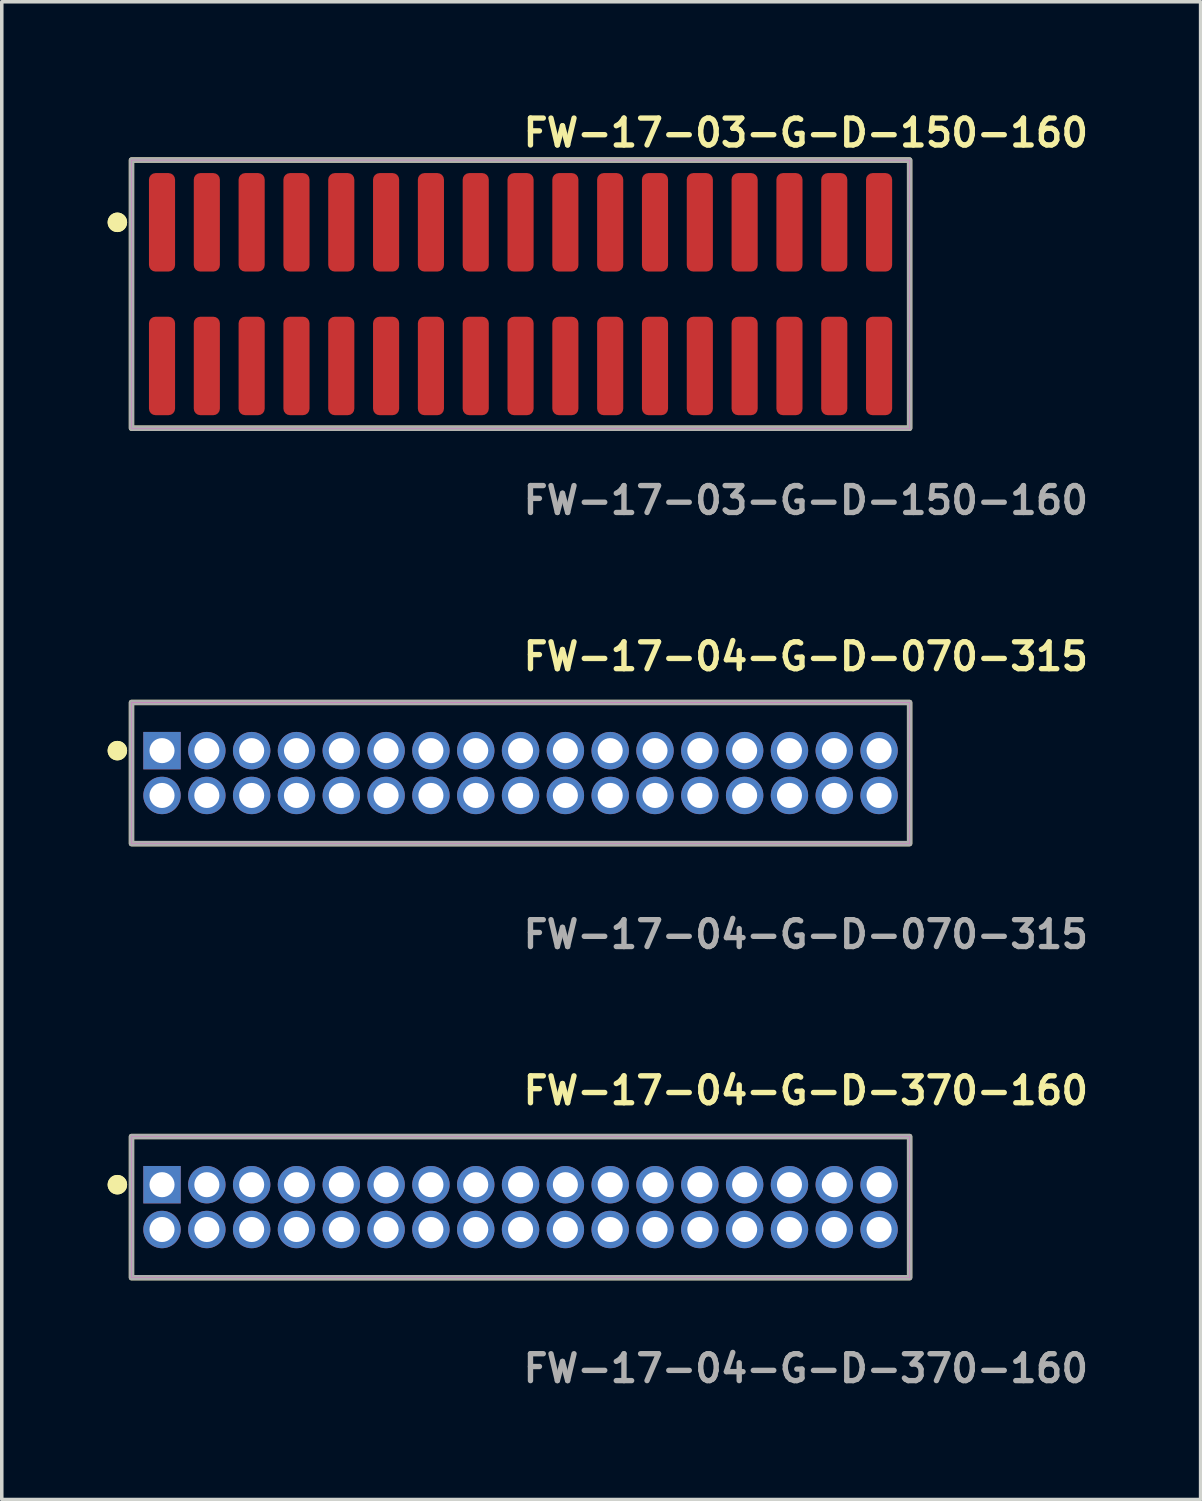
<source format=kicad_pcb>
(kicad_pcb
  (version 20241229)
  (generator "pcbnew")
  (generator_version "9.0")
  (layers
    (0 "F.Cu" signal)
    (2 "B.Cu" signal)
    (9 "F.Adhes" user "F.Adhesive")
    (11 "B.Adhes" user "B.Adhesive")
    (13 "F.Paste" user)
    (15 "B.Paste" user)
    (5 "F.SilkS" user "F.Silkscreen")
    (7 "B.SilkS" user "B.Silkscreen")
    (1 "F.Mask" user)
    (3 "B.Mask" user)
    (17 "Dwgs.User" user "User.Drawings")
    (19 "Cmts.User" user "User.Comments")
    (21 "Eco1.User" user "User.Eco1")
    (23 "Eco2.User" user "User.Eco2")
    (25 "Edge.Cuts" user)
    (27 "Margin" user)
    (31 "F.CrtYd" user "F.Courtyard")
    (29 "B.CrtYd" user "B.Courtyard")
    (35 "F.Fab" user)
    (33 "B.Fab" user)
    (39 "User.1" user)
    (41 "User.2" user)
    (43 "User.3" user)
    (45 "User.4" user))
  (footprint "FW-17-03-G-D-150-160"
    (layer "F.Cu")
    (at 11.701 5.285)
    (property "Reference" "FW-17-03-G-D-150-160" (at 0 -4.572 0) (unlocked yes) (layer "F.SilkS") (effects (font (size 0.762 0.762) (thickness 0.152)) (justify left)))
    (fp_rect (start -11.025 3.8) (end 11.025 -3.8) (stroke (width 0.152) (type solid)) (fill no) (layer "F.SilkS"))
    (fp_circle (center -11.425 -2.035) (end -11.625 -2.035) (stroke (width 0.152) (type solid)) (fill yes) (layer "F.SilkS"))
    (fp_circle (center -11.425 -2.035) (end -11.625 -2.035) (stroke (width 0.152) (type solid)) (fill yes) (layer "F.SilkS"))
    (fp_rect (start -11.025 3.8) (end 11.025 -3.8) (stroke (width 0.006) (type solid)) (fill no) (layer "F.CrtYd"))
    (fp_rect (start -11.025 3.8) (end 11.025 -3.8) (stroke (width 0.152) (type solid)) (fill no) (layer "F.Fab"))
    (fp_text user "${REFERENCE}" (at 0 5.842 0) (unlocked yes) (layer "F.Fab") (effects (font (size 0.762 0.762) (thickness 0.152)) (justify left)))
    (pad "1" smd roundrect (at -10.16 -2.035) (size 0.74 2.79) (layers "F.Cu" "F.Paste") (roundrect_rratio 0.25))
    (pad "2" smd roundrect (at -10.16 2.035) (size 0.74 2.79) (layers "F.Cu" "F.Paste") (roundrect_rratio 0.25))
    (pad "3" smd roundrect (at -8.89 -2.035) (size 0.74 2.79) (layers "F.Cu" "F.Paste") (roundrect_rratio 0.25))
    (pad "4" smd roundrect (at -8.89 2.035) (size 0.74 2.79) (layers "F.Cu" "F.Paste") (roundrect_rratio 0.25))
    (pad "5" smd roundrect (at -7.62 -2.035) (size 0.74 2.79) (layers "F.Cu" "F.Paste") (roundrect_rratio 0.25))
    (pad "6" smd roundrect (at -7.62 2.035) (size 0.74 2.79) (layers "F.Cu" "F.Paste") (roundrect_rratio 0.25))
    (pad "7" smd roundrect (at -6.35 -2.035) (size 0.74 2.79) (layers "F.Cu" "F.Paste") (roundrect_rratio 0.25))
    (pad "8" smd roundrect (at -6.35 2.035) (size 0.74 2.79) (layers "F.Cu" "F.Paste") (roundrect_rratio 0.25))
    (pad "9" smd roundrect (at -5.08 -2.035) (size 0.74 2.79) (layers "F.Cu" "F.Paste") (roundrect_rratio 0.25))
    (pad "10" smd roundrect (at -5.08 2.035) (size 0.74 2.79) (layers "F.Cu" "F.Paste") (roundrect_rratio 0.25))
    (pad "11" smd roundrect (at -3.81 -2.035) (size 0.74 2.79) (layers "F.Cu" "F.Paste") (roundrect_rratio 0.25))
    (pad "12" smd roundrect (at -3.81 2.035) (size 0.74 2.79) (layers "F.Cu" "F.Paste") (roundrect_rratio 0.25))
    (pad "13" smd roundrect (at -2.54 -2.035) (size 0.74 2.79) (layers "F.Cu" "F.Paste") (roundrect_rratio 0.25))
    (pad "14" smd roundrect (at -2.54 2.035) (size 0.74 2.79) (layers "F.Cu" "F.Paste") (roundrect_rratio 0.25))
    (pad "15" smd roundrect (at -1.27 -2.035) (size 0.74 2.79) (layers "F.Cu" "F.Paste") (roundrect_rratio 0.25))
    (pad "16" smd roundrect (at -1.27 2.035) (size 0.74 2.79) (layers "F.Cu" "F.Paste") (roundrect_rratio 0.25))
    (pad "17" smd roundrect (at 0 -2.035) (size 0.74 2.79) (layers "F.Cu" "F.Paste") (roundrect_rratio 0.25))
    (pad "18" smd roundrect (at 0 2.035) (size 0.74 2.79) (layers "F.Cu" "F.Paste") (roundrect_rratio 0.25))
    (pad "19" smd roundrect (at 1.27 -2.035) (size 0.74 2.79) (layers "F.Cu" "F.Paste") (roundrect_rratio 0.25))
    (pad "20" smd roundrect (at 1.27 2.035) (size 0.74 2.79) (layers "F.Cu" "F.Paste") (roundrect_rratio 0.25))
    (pad "21" smd roundrect (at 2.54 -2.035) (size 0.74 2.79) (layers "F.Cu" "F.Paste") (roundrect_rratio 0.25))
    (pad "22" smd roundrect (at 2.54 2.035) (size 0.74 2.79) (layers "F.Cu" "F.Paste") (roundrect_rratio 0.25))
    (pad "23" smd roundrect (at 3.81 -2.035) (size 0.74 2.79) (layers "F.Cu" "F.Paste") (roundrect_rratio 0.25))
    (pad "24" smd roundrect (at 3.81 2.035) (size 0.74 2.79) (layers "F.Cu" "F.Paste") (roundrect_rratio 0.25))
    (pad "25" smd roundrect (at 5.08 -2.035) (size 0.74 2.79) (layers "F.Cu" "F.Paste") (roundrect_rratio 0.25))
    (pad "26" smd roundrect (at 5.08 2.035) (size 0.74 2.79) (layers "F.Cu" "F.Paste") (roundrect_rratio 0.25))
    (pad "27" smd roundrect (at 6.35 -2.035) (size 0.74 2.79) (layers "F.Cu" "F.Paste") (roundrect_rratio 0.25))
    (pad "28" smd roundrect (at 6.35 2.035) (size 0.74 2.79) (layers "F.Cu" "F.Paste") (roundrect_rratio 0.25))
    (pad "29" smd roundrect (at 7.62 -2.035) (size 0.74 2.79) (layers "F.Cu" "F.Paste") (roundrect_rratio 0.25))
    (pad "30" smd roundrect (at 7.62 2.035) (size 0.74 2.79) (layers "F.Cu" "F.Paste") (roundrect_rratio 0.25))
    (pad "31" smd roundrect (at 8.89 -2.035) (size 0.74 2.79) (layers "F.Cu" "F.Paste") (roundrect_rratio 0.25))
    (pad "32" smd roundrect (at 8.89 2.035) (size 0.74 2.79) (layers "F.Cu" "F.Paste") (roundrect_rratio 0.25))
    (pad "33" smd roundrect (at 10.16 -2.035) (size 0.74 2.79) (layers "F.Cu" "F.Paste") (roundrect_rratio 0.25))
    (pad "34" smd roundrect (at 10.16 2.035) (size 0.74 2.79) (layers "F.Cu" "F.Paste") (roundrect_rratio 0.25)))
  (footprint "FW-17-04-G-D-070-315"
    (layer "F.Cu")
    (at 11.701 18.856)
    (property "Reference" "FW-17-04-G-D-070-315" (at 0 -3.302 0) (unlocked yes) (layer "F.SilkS") (effects (font (size 0.762 0.762) (thickness 0.152)) (justify left)))
    (fp_rect (start -11.025 2) (end 11.025 -2) (stroke (width 0.152) (type solid)) (fill no) (layer "F.SilkS"))
    (fp_circle (center -11.425 -0.635) (end -11.625 -0.635) (stroke (width 0.152) (type solid)) (fill yes) (layer "F.SilkS"))
    (fp_circle (center -11.425 -0.635) (end -11.625 -0.635) (stroke (width 0.152) (type solid)) (fill yes) (layer "F.SilkS"))
    (fp_rect (start -11.025 2) (end 11.025 -2) (stroke (width 0.006) (type solid)) (fill no) (layer "F.CrtYd"))
    (fp_rect (start -11.025 2) (end 11.025 -2) (stroke (width 0.152) (type solid)) (fill no) (layer "F.Fab"))
    (fp_text user "${REFERENCE}" (at 0 4.572 0) (unlocked yes) (layer "F.Fab") (effects (font (size 0.762 0.762) (thickness 0.152)) (justify left)))
    (pad "1" thru_hole rect (at -10.16 -0.635) (size 1.06 1.06) (drill 0.71) (layers "*.Cu" "*.Mask"))
    (pad "2" thru_hole circle (at -10.16 0.635) (size 1.06 1.06) (drill 0.71) (layers "*.Cu" "*.Mask"))
    (pad "3" thru_hole circle (at -8.89 -0.635) (size 1.06 1.06) (drill 0.71) (layers "*.Cu" "*.Mask"))
    (pad "4" thru_hole circle (at -8.89 0.635) (size 1.06 1.06) (drill 0.71) (layers "*.Cu" "*.Mask"))
    (pad "5" thru_hole circle (at -7.62 -0.635) (size 1.06 1.06) (drill 0.71) (layers "*.Cu" "*.Mask"))
    (pad "6" thru_hole circle (at -7.62 0.635) (size 1.06 1.06) (drill 0.71) (layers "*.Cu" "*.Mask"))
    (pad "7" thru_hole circle (at -6.35 -0.635) (size 1.06 1.06) (drill 0.71) (layers "*.Cu" "*.Mask"))
    (pad "8" thru_hole circle (at -6.35 0.635) (size 1.06 1.06) (drill 0.71) (layers "*.Cu" "*.Mask"))
    (pad "9" thru_hole circle (at -5.08 -0.635) (size 1.06 1.06) (drill 0.71) (layers "*.Cu" "*.Mask"))
    (pad "10" thru_hole circle (at -5.08 0.635) (size 1.06 1.06) (drill 0.71) (layers "*.Cu" "*.Mask"))
    (pad "11" thru_hole circle (at -3.81 -0.635) (size 1.06 1.06) (drill 0.71) (layers "*.Cu" "*.Mask"))
    (pad "12" thru_hole circle (at -3.81 0.635) (size 1.06 1.06) (drill 0.71) (layers "*.Cu" "*.Mask"))
    (pad "13" thru_hole circle (at -2.54 -0.635) (size 1.06 1.06) (drill 0.71) (layers "*.Cu" "*.Mask"))
    (pad "14" thru_hole circle (at -2.54 0.635) (size 1.06 1.06) (drill 0.71) (layers "*.Cu" "*.Mask"))
    (pad "15" thru_hole circle (at -1.27 -0.635) (size 1.06 1.06) (drill 0.71) (layers "*.Cu" "*.Mask"))
    (pad "16" thru_hole circle (at -1.27 0.635) (size 1.06 1.06) (drill 0.71) (layers "*.Cu" "*.Mask"))
    (pad "17" thru_hole circle (at 0 -0.635) (size 1.06 1.06) (drill 0.71) (layers "*.Cu" "*.Mask"))
    (pad "18" thru_hole circle (at 0 0.635) (size 1.06 1.06) (drill 0.71) (layers "*.Cu" "*.Mask"))
    (pad "19" thru_hole circle (at 1.27 -0.635) (size 1.06 1.06) (drill 0.71) (layers "*.Cu" "*.Mask"))
    (pad "20" thru_hole circle (at 1.27 0.635) (size 1.06 1.06) (drill 0.71) (layers "*.Cu" "*.Mask"))
    (pad "21" thru_hole circle (at 2.54 -0.635) (size 1.06 1.06) (drill 0.71) (layers "*.Cu" "*.Mask"))
    (pad "22" thru_hole circle (at 2.54 0.635) (size 1.06 1.06) (drill 0.71) (layers "*.Cu" "*.Mask"))
    (pad "23" thru_hole circle (at 3.81 -0.635) (size 1.06 1.06) (drill 0.71) (layers "*.Cu" "*.Mask"))
    (pad "24" thru_hole circle (at 3.81 0.635) (size 1.06 1.06) (drill 0.71) (layers "*.Cu" "*.Mask"))
    (pad "25" thru_hole circle (at 5.08 -0.635) (size 1.06 1.06) (drill 0.71) (layers "*.Cu" "*.Mask"))
    (pad "26" thru_hole circle (at 5.08 0.635) (size 1.06 1.06) (drill 0.71) (layers "*.Cu" "*.Mask"))
    (pad "27" thru_hole circle (at 6.35 -0.635) (size 1.06 1.06) (drill 0.71) (layers "*.Cu" "*.Mask"))
    (pad "28" thru_hole circle (at 6.35 0.635) (size 1.06 1.06) (drill 0.71) (layers "*.Cu" "*.Mask"))
    (pad "29" thru_hole circle (at 7.62 -0.635) (size 1.06 1.06) (drill 0.71) (layers "*.Cu" "*.Mask"))
    (pad "30" thru_hole circle (at 7.62 0.635) (size 1.06 1.06) (drill 0.71) (layers "*.Cu" "*.Mask"))
    (pad "31" thru_hole circle (at 8.89 -0.635) (size 1.06 1.06) (drill 0.71) (layers "*.Cu" "*.Mask"))
    (pad "32" thru_hole circle (at 8.89 0.635) (size 1.06 1.06) (drill 0.71) (layers "*.Cu" "*.Mask"))
    (pad "33" thru_hole circle (at 10.16 -0.635) (size 1.06 1.06) (drill 0.71) (layers "*.Cu" "*.Mask"))
    (pad "34" thru_hole circle (at 10.16 0.635) (size 1.06 1.06) (drill 0.71) (layers "*.Cu" "*.Mask")))
  (footprint "FW-17-04-G-D-370-160"
    (layer "F.Cu")
    (at 11.701 31.156)
    (property "Reference" "FW-17-04-G-D-370-160" (at 0 -3.302 0) (unlocked yes) (layer "F.SilkS") (effects (font (size 0.762 0.762) (thickness 0.152)) (justify left)))
    (fp_rect (start -11.025 2) (end 11.025 -2) (stroke (width 0.152) (type solid)) (fill no) (layer "F.SilkS"))
    (fp_circle (center -11.425 -0.635) (end -11.625 -0.635) (stroke (width 0.152) (type solid)) (fill yes) (layer "F.SilkS"))
    (fp_circle (center -11.425 -0.635) (end -11.625 -0.635) (stroke (width 0.152) (type solid)) (fill yes) (layer "F.SilkS"))
    (fp_rect (start -11.025 2) (end 11.025 -2) (stroke (width 0.006) (type solid)) (fill no) (layer "F.CrtYd"))
    (fp_rect (start -11.025 2) (end 11.025 -2) (stroke (width 0.152) (type solid)) (fill no) (layer "F.Fab"))
    (fp_text user "${REFERENCE}" (at 0 4.572 0) (unlocked yes) (layer "F.Fab") (effects (font (size 0.762 0.762) (thickness 0.152)) (justify left)))
    (pad "1" thru_hole rect (at -10.16 -0.635) (size 1.06 1.06) (drill 0.71) (layers "*.Cu" "*.Mask"))
    (pad "2" thru_hole circle (at -10.16 0.635) (size 1.06 1.06) (drill 0.71) (layers "*.Cu" "*.Mask"))
    (pad "3" thru_hole circle (at -8.89 -0.635) (size 1.06 1.06) (drill 0.71) (layers "*.Cu" "*.Mask"))
    (pad "4" thru_hole circle (at -8.89 0.635) (size 1.06 1.06) (drill 0.71) (layers "*.Cu" "*.Mask"))
    (pad "5" thru_hole circle (at -7.62 -0.635) (size 1.06 1.06) (drill 0.71) (layers "*.Cu" "*.Mask"))
    (pad "6" thru_hole circle (at -7.62 0.635) (size 1.06 1.06) (drill 0.71) (layers "*.Cu" "*.Mask"))
    (pad "7" thru_hole circle (at -6.35 -0.635) (size 1.06 1.06) (drill 0.71) (layers "*.Cu" "*.Mask"))
    (pad "8" thru_hole circle (at -6.35 0.635) (size 1.06 1.06) (drill 0.71) (layers "*.Cu" "*.Mask"))
    (pad "9" thru_hole circle (at -5.08 -0.635) (size 1.06 1.06) (drill 0.71) (layers "*.Cu" "*.Mask"))
    (pad "10" thru_hole circle (at -5.08 0.635) (size 1.06 1.06) (drill 0.71) (layers "*.Cu" "*.Mask"))
    (pad "11" thru_hole circle (at -3.81 -0.635) (size 1.06 1.06) (drill 0.71) (layers "*.Cu" "*.Mask"))
    (pad "12" thru_hole circle (at -3.81 0.635) (size 1.06 1.06) (drill 0.71) (layers "*.Cu" "*.Mask"))
    (pad "13" thru_hole circle (at -2.54 -0.635) (size 1.06 1.06) (drill 0.71) (layers "*.Cu" "*.Mask"))
    (pad "14" thru_hole circle (at -2.54 0.635) (size 1.06 1.06) (drill 0.71) (layers "*.Cu" "*.Mask"))
    (pad "15" thru_hole circle (at -1.27 -0.635) (size 1.06 1.06) (drill 0.71) (layers "*.Cu" "*.Mask"))
    (pad "16" thru_hole circle (at -1.27 0.635) (size 1.06 1.06) (drill 0.71) (layers "*.Cu" "*.Mask"))
    (pad "17" thru_hole circle (at 0 -0.635) (size 1.06 1.06) (drill 0.71) (layers "*.Cu" "*.Mask"))
    (pad "18" thru_hole circle (at 0 0.635) (size 1.06 1.06) (drill 0.71) (layers "*.Cu" "*.Mask"))
    (pad "19" thru_hole circle (at 1.27 -0.635) (size 1.06 1.06) (drill 0.71) (layers "*.Cu" "*.Mask"))
    (pad "20" thru_hole circle (at 1.27 0.635) (size 1.06 1.06) (drill 0.71) (layers "*.Cu" "*.Mask"))
    (pad "21" thru_hole circle (at 2.54 -0.635) (size 1.06 1.06) (drill 0.71) (layers "*.Cu" "*.Mask"))
    (pad "22" thru_hole circle (at 2.54 0.635) (size 1.06 1.06) (drill 0.71) (layers "*.Cu" "*.Mask"))
    (pad "23" thru_hole circle (at 3.81 -0.635) (size 1.06 1.06) (drill 0.71) (layers "*.Cu" "*.Mask"))
    (pad "24" thru_hole circle (at 3.81 0.635) (size 1.06 1.06) (drill 0.71) (layers "*.Cu" "*.Mask"))
    (pad "25" thru_hole circle (at 5.08 -0.635) (size 1.06 1.06) (drill 0.71) (layers "*.Cu" "*.Mask"))
    (pad "26" thru_hole circle (at 5.08 0.635) (size 1.06 1.06) (drill 0.71) (layers "*.Cu" "*.Mask"))
    (pad "27" thru_hole circle (at 6.35 -0.635) (size 1.06 1.06) (drill 0.71) (layers "*.Cu" "*.Mask"))
    (pad "28" thru_hole circle (at 6.35 0.635) (size 1.06 1.06) (drill 0.71) (layers "*.Cu" "*.Mask"))
    (pad "29" thru_hole circle (at 7.62 -0.635) (size 1.06 1.06) (drill 0.71) (layers "*.Cu" "*.Mask"))
    (pad "30" thru_hole circle (at 7.62 0.635) (size 1.06 1.06) (drill 0.71) (layers "*.Cu" "*.Mask"))
    (pad "31" thru_hole circle (at 8.89 -0.635) (size 1.06 1.06) (drill 0.71) (layers "*.Cu" "*.Mask"))
    (pad "32" thru_hole circle (at 8.89 0.635) (size 1.06 1.06) (drill 0.71) (layers "*.Cu" "*.Mask"))
    (pad "33" thru_hole circle (at 10.16 -0.635) (size 1.06 1.06) (drill 0.71) (layers "*.Cu" "*.Mask"))
    (pad "34" thru_hole circle (at 10.16 0.635) (size 1.06 1.06) (drill 0.71) (layers "*.Cu" "*.Mask")))
  (gr_rect
    (start -3 -3)
    (end 30.972 39.441)
    (stroke (width 0.1) (type default))
    (fill no)
    (layer "Edge.Cuts")))
</source>
